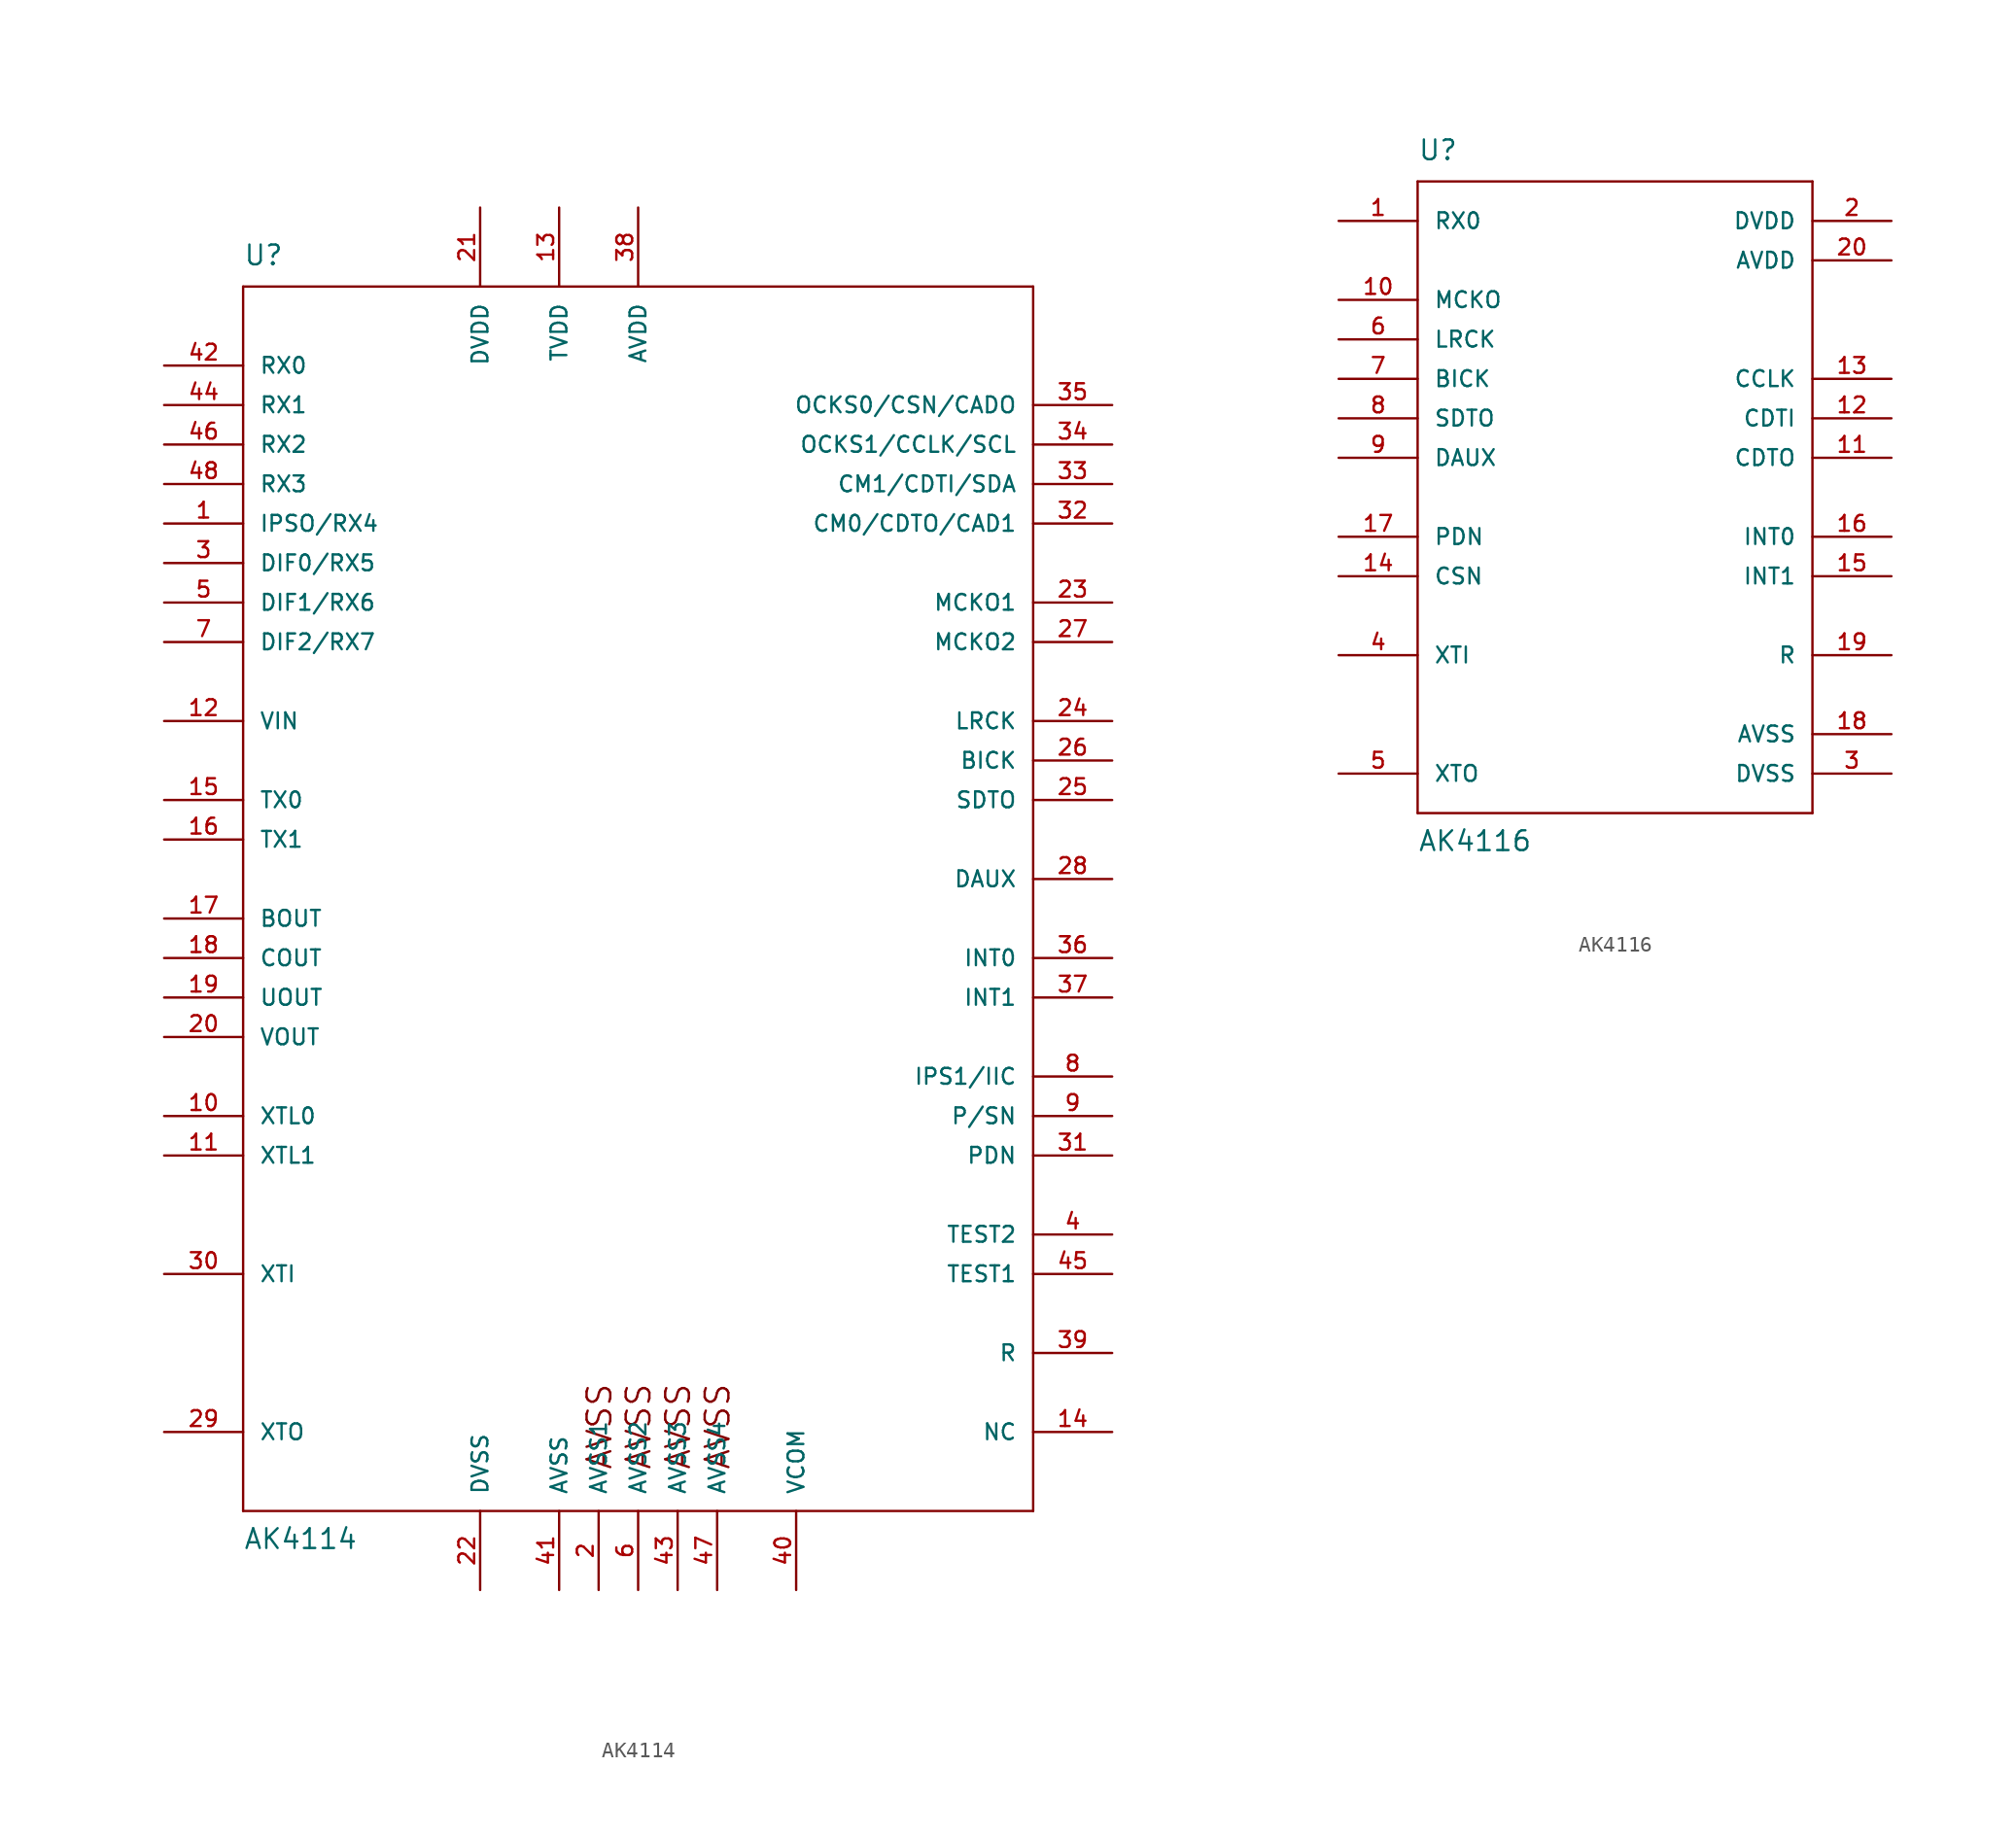
<source format=kicad_sym>
(kicad_symbol_lib
  (version 20211014)
  (generator kicad_symbol_editor)
  (symbol "AK4114"
    (pin_names
      (offset 1.016))
    (property "Reference" "U"
      (at -25.4 39.37 0)
      (effects (font (size 1.27 1.27)) (justify left bottom)))
    (property "Value" "AK4114"
      (at -25.4 -43.18 0)
      (effects (font (size 1.27 1.27)) (justify left bottom)))
    (property "ki_locked" ""
      (at 0 0 0)
      (effects (font (size 1.27 1.27))))
    (symbol "AK4114_1_0"
      (polyline (pts (xy -25.4 -40.64) (xy -25.4 38.1)) (stroke (width 0) (type default) (color 0 0 0 0)) (fill (type none)))
      (polyline (pts (xy -25.4 38.1) (xy 25.4 38.1)) (stroke (width 0) (type default) (color 0 0 0 0)) (fill (type none)))
      (polyline (pts (xy 25.4 -40.64) (xy -25.4 -40.64)) (stroke (width 0) (type default) (color 0 0 0 0)) (fill (type none)))
      (polyline (pts (xy 25.4 38.1) (xy 25.4 -40.64)) (stroke (width 0) (type default) (color 0 0 0 0)) (fill (type none)))
      (text "AVSS" (at -2.489 -35.204 1) (effects (font (size 1.524 1.524))))
      (text "AVSS" (at 0.025 -35.204 1) (effects (font (size 1.524 1.524))))
      (text "AVSS" (at 2.565 -35.204 1) (effects (font (size 1.524 1.524))))
      (text "AVSS" (at 5.105 -35.204 1) (effects (font (size 1.524 1.524)))))
    (symbol "AK4114_1_1"
      (pin input line (at -30.48 22.86 0) (length 5.08) (name "IPSO/RX4" (effects (font (size 1.016 1.016)))) (number "1" (effects (font (size 1.016 1.016)))))
      (pin input line (at -30.48 -15.24 0) (length 5.08) (name "XTL0" (effects (font (size 1.016 1.016)))) (number "10" (effects (font (size 1.016 1.016)))))
      (pin input line (at -30.48 -17.78 0) (length 5.08) (name "XTL1" (effects (font (size 1.016 1.016)))) (number "11" (effects (font (size 1.016 1.016)))))
      (pin input line (at -30.48 10.16 0) (length 5.08) (name "VIN" (effects (font (size 1.016 1.016)))) (number "12" (effects (font (size 1.016 1.016)))))
      (pin power_in line (at -5.08 43.18 270) (length 5.08) (name "TVDD" (effects (font (size 1.016 1.016)))) (number "13" (effects (font (size 1.016 1.016)))))
      (pin input line (at 30.48 -35.56 180) (length 5.08) (name "NC" (effects (font (size 1.016 1.016)))) (number "14" (effects (font (size 1.016 1.016)))))
      (pin output line (at -30.48 5.08 0) (length 5.08) (name "TX0" (effects (font (size 1.016 1.016)))) (number "15" (effects (font (size 1.016 1.016)))))
      (pin output line (at -30.48 2.54 0) (length 5.08) (name "TX1" (effects (font (size 1.016 1.016)))) (number "16" (effects (font (size 1.016 1.016)))))
      (pin output line (at -30.48 -2.54 0) (length 5.08) (name "BOUT" (effects (font (size 1.016 1.016)))) (number "17" (effects (font (size 1.016 1.016)))))
      (pin output line (at -30.48 -5.08 0) (length 5.08) (name "COUT" (effects (font (size 1.016 1.016)))) (number "18" (effects (font (size 1.016 1.016)))))
      (pin output line (at -30.48 -7.62 0) (length 5.08) (name "UOUT" (effects (font (size 1.016 1.016)))) (number "19" (effects (font (size 1.016 1.016)))))
      (pin power_in line (at -2.54 -45.72 90) (length 5.08) (name "AVSS1" (effects (font (size 1.016 1.016)))) (number "2" (effects (font (size 1.016 1.016)))))
      (pin output line (at -30.48 -10.16 0) (length 5.08) (name "VOUT" (effects (font (size 1.016 1.016)))) (number "20" (effects (font (size 1.016 1.016)))))
      (pin power_in line (at -10.16 43.18 270) (length 5.08) (name "DVDD" (effects (font (size 1.016 1.016)))) (number "21" (effects (font (size 1.016 1.016)))))
      (pin power_in line (at -10.16 -45.72 90) (length 5.08) (name "DVSS" (effects (font (size 1.016 1.016)))) (number "22" (effects (font (size 1.016 1.016)))))
      (pin output line (at 30.48 17.78 180) (length 5.08) (name "MCKO1" (effects (font (size 1.016 1.016)))) (number "23" (effects (font (size 1.016 1.016)))))
      (pin bidirectional line (at 30.48 10.16 180) (length 5.08) (name "LRCK" (effects (font (size 1.016 1.016)))) (number "24" (effects (font (size 1.016 1.016)))))
      (pin output line (at 30.48 5.08 180) (length 5.08) (name "SDTO" (effects (font (size 1.016 1.016)))) (number "25" (effects (font (size 1.016 1.016)))))
      (pin bidirectional line (at 30.48 7.62 180) (length 5.08) (name "BICK" (effects (font (size 1.016 1.016)))) (number "26" (effects (font (size 1.016 1.016)))))
      (pin output line (at 30.48 15.24 180) (length 5.08) (name "MCKO2" (effects (font (size 1.016 1.016)))) (number "27" (effects (font (size 1.016 1.016)))))
      (pin input line (at 30.48 0 180) (length 5.08) (name "DAUX" (effects (font (size 1.016 1.016)))) (number "28" (effects (font (size 1.016 1.016)))))
      (pin output line (at -30.48 -35.56 0) (length 5.08) (name "XTO" (effects (font (size 1.016 1.016)))) (number "29" (effects (font (size 1.016 1.016)))))
      (pin input line (at -30.48 20.32 0) (length 5.08) (name "DIF0/RX5" (effects (font (size 1.016 1.016)))) (number "3" (effects (font (size 1.016 1.016)))))
      (pin input line (at -30.48 -25.4 0) (length 5.08) (name "XTI" (effects (font (size 1.016 1.016)))) (number "30" (effects (font (size 1.016 1.016)))))
      (pin input line (at 30.48 -17.78 180) (length 5.08) (name "PDN" (effects (font (size 1.016 1.016)))) (number "31" (effects (font (size 1.016 1.016)))))
      (pin bidirectional line (at 30.48 22.86 180) (length 5.08) (name "CM0/CDTO/CAD1" (effects (font (size 1.016 1.016)))) (number "32" (effects (font (size 1.016 1.016)))))
      (pin bidirectional line (at 30.48 25.4 180) (length 5.08) (name "CM1/CDTI/SDA" (effects (font (size 1.016 1.016)))) (number "33" (effects (font (size 1.016 1.016)))))
      (pin input line (at 30.48 27.94 180) (length 5.08) (name "OCKS1/CCLK/SCL" (effects (font (size 1.016 1.016)))) (number "34" (effects (font (size 1.016 1.016)))))
      (pin input line (at 30.48 30.48 180) (length 5.08) (name "OCKS0/CSN/CADO" (effects (font (size 1.016 1.016)))) (number "35" (effects (font (size 1.016 1.016)))))
      (pin output line (at 30.48 -5.08 180) (length 5.08) (name "INT0" (effects (font (size 1.016 1.016)))) (number "36" (effects (font (size 1.016 1.016)))))
      (pin output line (at 30.48 -7.62 180) (length 5.08) (name "INT1" (effects (font (size 1.016 1.016)))) (number "37" (effects (font (size 1.016 1.016)))))
      (pin power_in line (at 0 43.18 270) (length 5.08) (name "AVDD" (effects (font (size 1.016 1.016)))) (number "38" (effects (font (size 1.016 1.016)))))
      (pin passive line (at 30.48 -30.48 180) (length 5.08) (name "R" (effects (font (size 1.016 1.016)))) (number "39" (effects (font (size 1.016 1.016)))))
      (pin input line (at 30.48 -22.86 180) (length 5.08) (name "TEST2" (effects (font (size 1.016 1.016)))) (number "4" (effects (font (size 1.016 1.016)))))
      (pin passive line (at 10.16 -45.72 90) (length 5.08) (name "VCOM" (effects (font (size 1.016 1.016)))) (number "40" (effects (font (size 1.016 1.016)))))
      (pin power_in line (at -5.08 -45.72 90) (length 5.08) (name "AVSS" (effects (font (size 1.016 1.016)))) (number "41" (effects (font (size 1.016 1.016)))))
      (pin input line (at -30.48 33.02 0) (length 5.08) (name "RX0" (effects (font (size 1.016 1.016)))) (number "42" (effects (font (size 1.016 1.016)))))
      (pin power_in line (at 2.54 -45.72 90) (length 5.08) (name "AVSS3" (effects (font (size 1.016 1.016)))) (number "43" (effects (font (size 1.016 1.016)))))
      (pin input line (at -30.48 30.48 0) (length 5.08) (name "RX1" (effects (font (size 1.016 1.016)))) (number "44" (effects (font (size 1.016 1.016)))))
      (pin input line (at 30.48 -25.4 180) (length 5.08) (name "TEST1" (effects (font (size 1.016 1.016)))) (number "45" (effects (font (size 1.016 1.016)))))
      (pin input line (at -30.48 27.94 0) (length 5.08) (name "RX2" (effects (font (size 1.016 1.016)))) (number "46" (effects (font (size 1.016 1.016)))))
      (pin power_in line (at 5.08 -45.72 90) (length 5.08) (name "AVSS4" (effects (font (size 1.016 1.016)))) (number "47" (effects (font (size 1.016 1.016)))))
      (pin input line (at -30.48 25.4 0) (length 5.08) (name "RX3" (effects (font (size 1.016 1.016)))) (number "48" (effects (font (size 1.016 1.016)))))
      (pin input line (at -30.48 17.78 0) (length 5.08) (name "DIF1/RX6" (effects (font (size 1.016 1.016)))) (number "5" (effects (font (size 1.016 1.016)))))
      (pin power_in line (at 0 -45.72 90) (length 5.08) (name "AVSS2" (effects (font (size 1.016 1.016)))) (number "6" (effects (font (size 1.016 1.016)))))
      (pin input line (at -30.48 15.24 0) (length 5.08) (name "DIF2/RX7" (effects (font (size 1.016 1.016)))) (number "7" (effects (font (size 1.016 1.016)))))
      (pin input line (at 30.48 -12.7 180) (length 5.08) (name "IPS1/IIC" (effects (font (size 1.016 1.016)))) (number "8" (effects (font (size 1.016 1.016)))))
      (pin input line (at 30.48 -15.24 180) (length 5.08) (name "P/SN" (effects (font (size 1.016 1.016)))) (number "9" (effects (font (size 1.016 1.016)))))))
  (symbol "AK4116"
    (pin_names
      (offset 1.016))
    (property "Reference" "U"
      (at -12.7 21.59 0)
      (effects (font (size 1.27 1.27)) (justify left bottom)))
    (property "Value" "AK4116"
      (at -12.7 -22.86 0)
      (effects (font (size 1.27 1.27)) (justify left bottom)))
    (property "ki_locked" ""
      (at 0 0 0)
      (effects (font (size 1.27 1.27))))
    (symbol "AK4116_1_0"
      (polyline (pts (xy -12.7 -20.32) (xy -12.7 20.32)) (stroke (width 0) (type default) (color 0 0 0 0)) (fill (type none)))
      (polyline (pts (xy -12.7 20.32) (xy 12.7 20.32)) (stroke (width 0) (type default) (color 0 0 0 0)) (fill (type none)))
      (polyline (pts (xy 12.7 -20.32) (xy -12.7 -20.32)) (stroke (width 0) (type default) (color 0 0 0 0)) (fill (type none)))
      (polyline (pts (xy 12.7 20.32) (xy 12.7 -20.32)) (stroke (width 0) (type default) (color 0 0 0 0)) (fill (type none))))
    (symbol "AK4116_1_1"
      (pin input line (at -17.78 17.78 0) (length 5.08) (name "RX0" (effects (font (size 1.016 1.016)))) (number "1" (effects (font (size 1.016 1.016)))))
      (pin output line (at -17.78 12.7 0) (length 5.08) (name "MCKO" (effects (font (size 1.016 1.016)))) (number "10" (effects (font (size 1.016 1.016)))))
      (pin output line (at 17.78 2.54 180) (length 5.08) (name "CDTO" (effects (font (size 1.016 1.016)))) (number "11" (effects (font (size 1.016 1.016)))))
      (pin input line (at 17.78 5.08 180) (length 5.08) (name "CDTI" (effects (font (size 1.016 1.016)))) (number "12" (effects (font (size 1.016 1.016)))))
      (pin input line (at 17.78 7.62 180) (length 5.08) (name "CCLK" (effects (font (size 1.016 1.016)))) (number "13" (effects (font (size 1.016 1.016)))))
      (pin input line (at -17.78 -5.08 0) (length 5.08) (name "CSN" (effects (font (size 1.016 1.016)))) (number "14" (effects (font (size 1.016 1.016)))))
      (pin output line (at 17.78 -5.08 180) (length 5.08) (name "INT1" (effects (font (size 1.016 1.016)))) (number "15" (effects (font (size 1.016 1.016)))))
      (pin output line (at 17.78 -2.54 180) (length 5.08) (name "INT0" (effects (font (size 1.016 1.016)))) (number "16" (effects (font (size 1.016 1.016)))))
      (pin input line (at -17.78 -2.54 0) (length 5.08) (name "PDN" (effects (font (size 1.016 1.016)))) (number "17" (effects (font (size 1.016 1.016)))))
      (pin power_in line (at 17.78 -15.24 180) (length 5.08) (name "AVSS" (effects (font (size 1.016 1.016)))) (number "18" (effects (font (size 1.016 1.016)))))
      (pin passive line (at 17.78 -10.16 180) (length 5.08) (name "R" (effects (font (size 1.016 1.016)))) (number "19" (effects (font (size 1.016 1.016)))))
      (pin power_in line (at 17.78 17.78 180) (length 5.08) (name "DVDD" (effects (font (size 1.016 1.016)))) (number "2" (effects (font (size 1.016 1.016)))))
      (pin power_in line (at 17.78 15.24 180) (length 5.08) (name "AVDD" (effects (font (size 1.016 1.016)))) (number "20" (effects (font (size 1.016 1.016)))))
      (pin power_in line (at 17.78 -17.78 180) (length 5.08) (name "DVSS" (effects (font (size 1.016 1.016)))) (number "3" (effects (font (size 1.016 1.016)))))
      (pin input line (at -17.78 -10.16 0) (length 5.08) (name "XTI" (effects (font (size 1.016 1.016)))) (number "4" (effects (font (size 1.016 1.016)))))
      (pin output line (at -17.78 -17.78 0) (length 5.08) (name "XTO" (effects (font (size 1.016 1.016)))) (number "5" (effects (font (size 1.016 1.016)))))
      (pin output line (at -17.78 10.16 0) (length 5.08) (name "LRCK" (effects (font (size 1.016 1.016)))) (number "6" (effects (font (size 1.016 1.016)))))
      (pin output line (at -17.78 7.62 0) (length 5.08) (name "BICK" (effects (font (size 1.016 1.016)))) (number "7" (effects (font (size 1.016 1.016)))))
      (pin output line (at -17.78 5.08 0) (length 5.08) (name "SDTO" (effects (font (size 1.016 1.016)))) (number "8" (effects (font (size 1.016 1.016)))))
      (pin input line (at -17.78 2.54 0) (length 5.08) (name "DAUX" (effects (font (size 1.016 1.016)))) (number "9" (effects (font (size 1.016 1.016))))))))
</source>
